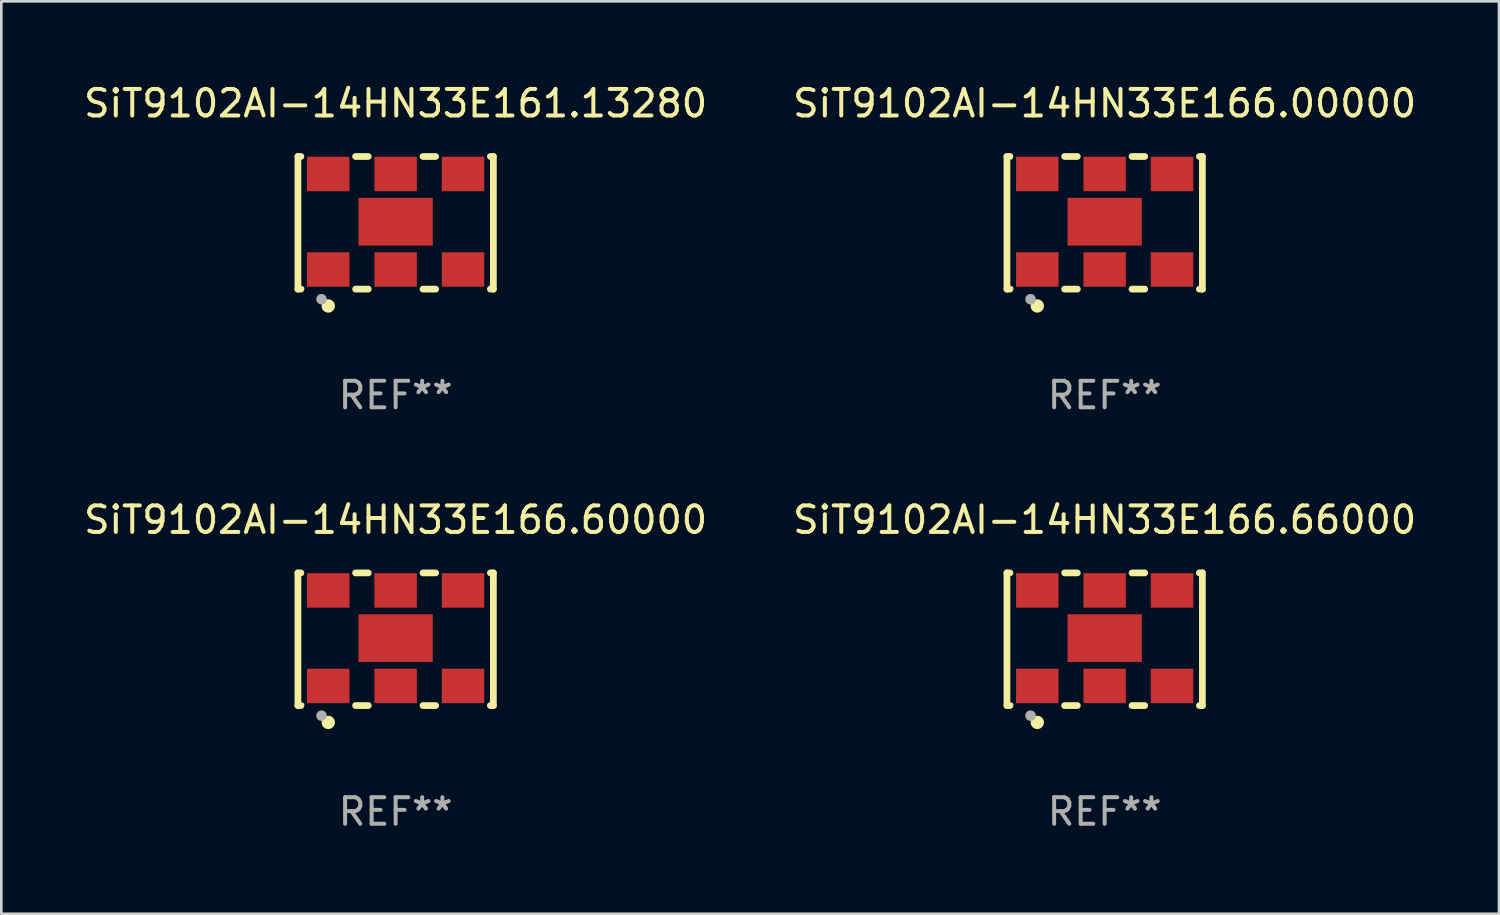
<source format=kicad_pcb>
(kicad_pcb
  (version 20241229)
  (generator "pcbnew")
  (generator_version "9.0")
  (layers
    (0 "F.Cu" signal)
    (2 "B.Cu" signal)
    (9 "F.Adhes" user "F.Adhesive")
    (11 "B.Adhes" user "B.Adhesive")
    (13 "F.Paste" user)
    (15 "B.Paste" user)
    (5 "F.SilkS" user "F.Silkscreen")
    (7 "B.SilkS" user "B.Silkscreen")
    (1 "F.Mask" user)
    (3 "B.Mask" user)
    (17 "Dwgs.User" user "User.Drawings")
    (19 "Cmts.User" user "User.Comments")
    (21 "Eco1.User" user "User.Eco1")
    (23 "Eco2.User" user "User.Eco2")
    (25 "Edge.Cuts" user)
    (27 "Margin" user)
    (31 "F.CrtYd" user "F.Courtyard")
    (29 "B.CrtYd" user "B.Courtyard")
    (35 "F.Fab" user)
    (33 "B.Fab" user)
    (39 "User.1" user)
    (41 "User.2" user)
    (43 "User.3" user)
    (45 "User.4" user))
  (footprint "SiT9102AI-14HN33E166.66000"
    (layer "F.Cu")
    (at 38.589 21.045)
    (property "Reference" "SiT9102AI-14HN33E166.66000" (at 0 -4.5 0) (layer "F.SilkS") (effects (font (size 1 1) (thickness 0.15))))
    (attr through_hole)
    (fp_line (start -3.683 -2.5) (end -3.571 -2.5) (stroke (width 0.254) (type solid)) (layer "F.SilkS"))
    (fp_line (start -3.683 2.5) (end -3.683 -2.5) (stroke (width 0.254) (type solid)) (layer "F.SilkS"))
    (fp_line (start -3.683 2.5) (end -3.571 2.5) (stroke (width 0.254) (type solid)) (layer "F.SilkS"))
    (fp_line (start -1.509 -2.5) (end -1.031 -2.5) (stroke (width 0.254) (type solid)) (layer "F.SilkS"))
    (fp_line (start -1.509 2.5) (end -1.031 2.5) (stroke (width 0.254) (type solid)) (layer "F.SilkS"))
    (fp_line (start 1.031 -2.5) (end 1.509 -2.5) (stroke (width 0.254) (type solid)) (layer "F.SilkS"))
    (fp_line (start 1.031 2.5) (end 1.509 2.5) (stroke (width 0.254) (type solid)) (layer "F.SilkS"))
    (fp_line (start 3.571 -2.5) (end 3.683 -2.5) (stroke (width 0.254) (type solid)) (layer "F.SilkS"))
    (fp_line (start 3.571 2.5) (end 3.683 2.5) (stroke (width 0.254) (type solid)) (layer "F.SilkS"))
    (fp_line (start 3.683 2.5) (end 3.683 -2.5) (stroke (width 0.254) (type solid)) (layer "F.SilkS"))
    (fp_circle (center -3.5 2.46) (end -3.47 2.46) (stroke (width 0.06) (type solid)) (fill no) (layer "F.SilkS"))
    (fp_circle (center -2.54 3.135) (end -2.413 3.135) (stroke (width 0.254) (type solid)) (fill no) (layer "F.SilkS"))
    (fp_circle (center -2.794 2.881) (end -2.694 2.881) (stroke (width 0.2) (type solid)) (fill no) (layer "F.Fab"))
    (fp_text user "REF**" (at 0 6.5 0) (layer "F.Fab") (effects (font (size 1 1) (thickness 0.15))))
    (pad "1" smd rect (at -2.54 1.76) (size 1.6 1.3) (layers "F.Cu" "F.Mask" "F.Paste"))
    (pad "2" smd rect (at 0 1.76) (size 1.6 1.3) (layers "F.Cu" "F.Mask" "F.Paste"))
    (pad "3" smd rect (at 2.54 1.76) (size 1.6 1.3) (layers "F.Cu" "F.Mask" "F.Paste"))
    (pad "4" smd rect (at 2.54 -1.84) (size 1.6 1.3) (layers "F.Cu" "F.Mask" "F.Paste"))
    (pad "5" smd rect (at 0 -1.84) (size 1.6 1.3) (layers "F.Cu" "F.Mask" "F.Paste"))
    (pad "6" smd rect (at -2.54 -1.84) (size 1.6 1.3) (layers "F.Cu" "F.Mask" "F.Paste"))
    (pad "7" smd rect (at 0 -0.04) (size 2.8 1.8) (layers "F.Cu" "F.Mask" "F.Paste")))
  (footprint "SiT9102AI-14HN33E166.00000"
    (layer "F.Cu")
    (at 38.589 5.348)
    (property "Reference" "SiT9102AI-14HN33E166.00000" (at 0 -4.5 0) (layer "F.SilkS") (effects (font (size 1 1) (thickness 0.15))))
    (attr through_hole)
    (fp_line (start -3.683 -2.5) (end -3.571 -2.5) (stroke (width 0.254) (type solid)) (layer "F.SilkS"))
    (fp_line (start -3.683 2.5) (end -3.683 -2.5) (stroke (width 0.254) (type solid)) (layer "F.SilkS"))
    (fp_line (start -3.683 2.5) (end -3.571 2.5) (stroke (width 0.254) (type solid)) (layer "F.SilkS"))
    (fp_line (start -1.509 -2.5) (end -1.031 -2.5) (stroke (width 0.254) (type solid)) (layer "F.SilkS"))
    (fp_line (start -1.509 2.5) (end -1.031 2.5) (stroke (width 0.254) (type solid)) (layer "F.SilkS"))
    (fp_line (start 1.031 -2.5) (end 1.509 -2.5) (stroke (width 0.254) (type solid)) (layer "F.SilkS"))
    (fp_line (start 1.031 2.5) (end 1.509 2.5) (stroke (width 0.254) (type solid)) (layer "F.SilkS"))
    (fp_line (start 3.571 -2.5) (end 3.683 -2.5) (stroke (width 0.254) (type solid)) (layer "F.SilkS"))
    (fp_line (start 3.571 2.5) (end 3.683 2.5) (stroke (width 0.254) (type solid)) (layer "F.SilkS"))
    (fp_line (start 3.683 2.5) (end 3.683 -2.5) (stroke (width 0.254) (type solid)) (layer "F.SilkS"))
    (fp_circle (center -3.5 2.46) (end -3.47 2.46) (stroke (width 0.06) (type solid)) (fill no) (layer "F.SilkS"))
    (fp_circle (center -2.54 3.135) (end -2.413 3.135) (stroke (width 0.254) (type solid)) (fill no) (layer "F.SilkS"))
    (fp_circle (center -2.794 2.881) (end -2.694 2.881) (stroke (width 0.2) (type solid)) (fill no) (layer "F.Fab"))
    (fp_text user "REF**" (at 0 6.5 0) (layer "F.Fab") (effects (font (size 1 1) (thickness 0.15))))
    (pad "1" smd rect (at -2.54 1.76) (size 1.6 1.3) (layers "F.Cu" "F.Mask" "F.Paste"))
    (pad "2" smd rect (at 0 1.76) (size 1.6 1.3) (layers "F.Cu" "F.Mask" "F.Paste"))
    (pad "3" smd rect (at 2.54 1.76) (size 1.6 1.3) (layers "F.Cu" "F.Mask" "F.Paste"))
    (pad "4" smd rect (at 2.54 -1.84) (size 1.6 1.3) (layers "F.Cu" "F.Mask" "F.Paste"))
    (pad "5" smd rect (at 0 -1.84) (size 1.6 1.3) (layers "F.Cu" "F.Mask" "F.Paste"))
    (pad "6" smd rect (at -2.54 -1.84) (size 1.6 1.3) (layers "F.Cu" "F.Mask" "F.Paste"))
    (pad "7" smd rect (at 0 -0.04) (size 2.8 1.8) (layers "F.Cu" "F.Mask" "F.Paste")))
  (footprint "SiT9102AI-14HN33E161.13280"
    (layer "F.Cu")
    (at 11.863 5.348)
    (property "Reference" "SiT9102AI-14HN33E161.13280" (at 0 -4.5 0) (layer "F.SilkS") (effects (font (size 1 1) (thickness 0.15))))
    (attr through_hole)
    (fp_line (start -3.683 -2.5) (end -3.571 -2.5) (stroke (width 0.254) (type solid)) (layer "F.SilkS"))
    (fp_line (start -3.683 2.5) (end -3.683 -2.5) (stroke (width 0.254) (type solid)) (layer "F.SilkS"))
    (fp_line (start -3.683 2.5) (end -3.571 2.5) (stroke (width 0.254) (type solid)) (layer "F.SilkS"))
    (fp_line (start -1.509 -2.5) (end -1.031 -2.5) (stroke (width 0.254) (type solid)) (layer "F.SilkS"))
    (fp_line (start -1.509 2.5) (end -1.031 2.5) (stroke (width 0.254) (type solid)) (layer "F.SilkS"))
    (fp_line (start 1.031 -2.5) (end 1.509 -2.5) (stroke (width 0.254) (type solid)) (layer "F.SilkS"))
    (fp_line (start 1.031 2.5) (end 1.509 2.5) (stroke (width 0.254) (type solid)) (layer "F.SilkS"))
    (fp_line (start 3.571 -2.5) (end 3.683 -2.5) (stroke (width 0.254) (type solid)) (layer "F.SilkS"))
    (fp_line (start 3.571 2.5) (end 3.683 2.5) (stroke (width 0.254) (type solid)) (layer "F.SilkS"))
    (fp_line (start 3.683 2.5) (end 3.683 -2.5) (stroke (width 0.254) (type solid)) (layer "F.SilkS"))
    (fp_circle (center -3.5 2.46) (end -3.47 2.46) (stroke (width 0.06) (type solid)) (fill no) (layer "F.SilkS"))
    (fp_circle (center -2.54 3.135) (end -2.413 3.135) (stroke (width 0.254) (type solid)) (fill no) (layer "F.SilkS"))
    (fp_circle (center -2.794 2.881) (end -2.694 2.881) (stroke (width 0.2) (type solid)) (fill no) (layer "F.Fab"))
    (fp_text user "REF**" (at 0 6.5 0) (layer "F.Fab") (effects (font (size 1 1) (thickness 0.15))))
    (pad "1" smd rect (at -2.54 1.76) (size 1.6 1.3) (layers "F.Cu" "F.Mask" "F.Paste"))
    (pad "2" smd rect (at 0 1.76) (size 1.6 1.3) (layers "F.Cu" "F.Mask" "F.Paste"))
    (pad "3" smd rect (at 2.54 1.76) (size 1.6 1.3) (layers "F.Cu" "F.Mask" "F.Paste"))
    (pad "4" smd rect (at 2.54 -1.84) (size 1.6 1.3) (layers "F.Cu" "F.Mask" "F.Paste"))
    (pad "5" smd rect (at 0 -1.84) (size 1.6 1.3) (layers "F.Cu" "F.Mask" "F.Paste"))
    (pad "6" smd rect (at -2.54 -1.84) (size 1.6 1.3) (layers "F.Cu" "F.Mask" "F.Paste"))
    (pad "7" smd rect (at 0 -0.04) (size 2.8 1.8) (layers "F.Cu" "F.Mask" "F.Paste")))
  (footprint "SiT9102AI-14HN33E166.60000"
    (layer "F.Cu")
    (at 11.863 21.045)
    (property "Reference" "SiT9102AI-14HN33E166.60000" (at 0 -4.5 0) (layer "F.SilkS") (effects (font (size 1 1) (thickness 0.15))))
    (attr through_hole)
    (fp_line (start -3.683 -2.5) (end -3.571 -2.5) (stroke (width 0.254) (type solid)) (layer "F.SilkS"))
    (fp_line (start -3.683 2.5) (end -3.683 -2.5) (stroke (width 0.254) (type solid)) (layer "F.SilkS"))
    (fp_line (start -3.683 2.5) (end -3.571 2.5) (stroke (width 0.254) (type solid)) (layer "F.SilkS"))
    (fp_line (start -1.509 -2.5) (end -1.031 -2.5) (stroke (width 0.254) (type solid)) (layer "F.SilkS"))
    (fp_line (start -1.509 2.5) (end -1.031 2.5) (stroke (width 0.254) (type solid)) (layer "F.SilkS"))
    (fp_line (start 1.031 -2.5) (end 1.509 -2.5) (stroke (width 0.254) (type solid)) (layer "F.SilkS"))
    (fp_line (start 1.031 2.5) (end 1.509 2.5) (stroke (width 0.254) (type solid)) (layer "F.SilkS"))
    (fp_line (start 3.571 -2.5) (end 3.683 -2.5) (stroke (width 0.254) (type solid)) (layer "F.SilkS"))
    (fp_line (start 3.571 2.5) (end 3.683 2.5) (stroke (width 0.254) (type solid)) (layer "F.SilkS"))
    (fp_line (start 3.683 2.5) (end 3.683 -2.5) (stroke (width 0.254) (type solid)) (layer "F.SilkS"))
    (fp_circle (center -3.5 2.46) (end -3.47 2.46) (stroke (width 0.06) (type solid)) (fill no) (layer "F.SilkS"))
    (fp_circle (center -2.54 3.135) (end -2.413 3.135) (stroke (width 0.254) (type solid)) (fill no) (layer "F.SilkS"))
    (fp_circle (center -2.794 2.881) (end -2.694 2.881) (stroke (width 0.2) (type solid)) (fill no) (layer "F.Fab"))
    (fp_text user "REF**" (at 0 6.5 0) (layer "F.Fab") (effects (font (size 1 1) (thickness 0.15))))
    (pad "1" smd rect (at -2.54 1.76) (size 1.6 1.3) (layers "F.Cu" "F.Mask" "F.Paste"))
    (pad "2" smd rect (at 0 1.76) (size 1.6 1.3) (layers "F.Cu" "F.Mask" "F.Paste"))
    (pad "3" smd rect (at 2.54 1.76) (size 1.6 1.3) (layers "F.Cu" "F.Mask" "F.Paste"))
    (pad "4" smd rect (at 2.54 -1.84) (size 1.6 1.3) (layers "F.Cu" "F.Mask" "F.Paste"))
    (pad "5" smd rect (at 0 -1.84) (size 1.6 1.3) (layers "F.Cu" "F.Mask" "F.Paste"))
    (pad "6" smd rect (at -2.54 -1.84) (size 1.6 1.3) (layers "F.Cu" "F.Mask" "F.Paste"))
    (pad "7" smd rect (at 0 -0.04) (size 2.8 1.8) (layers "F.Cu" "F.Mask" "F.Paste")))
  (gr_rect
    (start -3 -3)
    (end 53.452 31.393)
    (stroke (width 0.1) (type default))
    (fill no)
    (layer "Edge.Cuts")))
</source>
